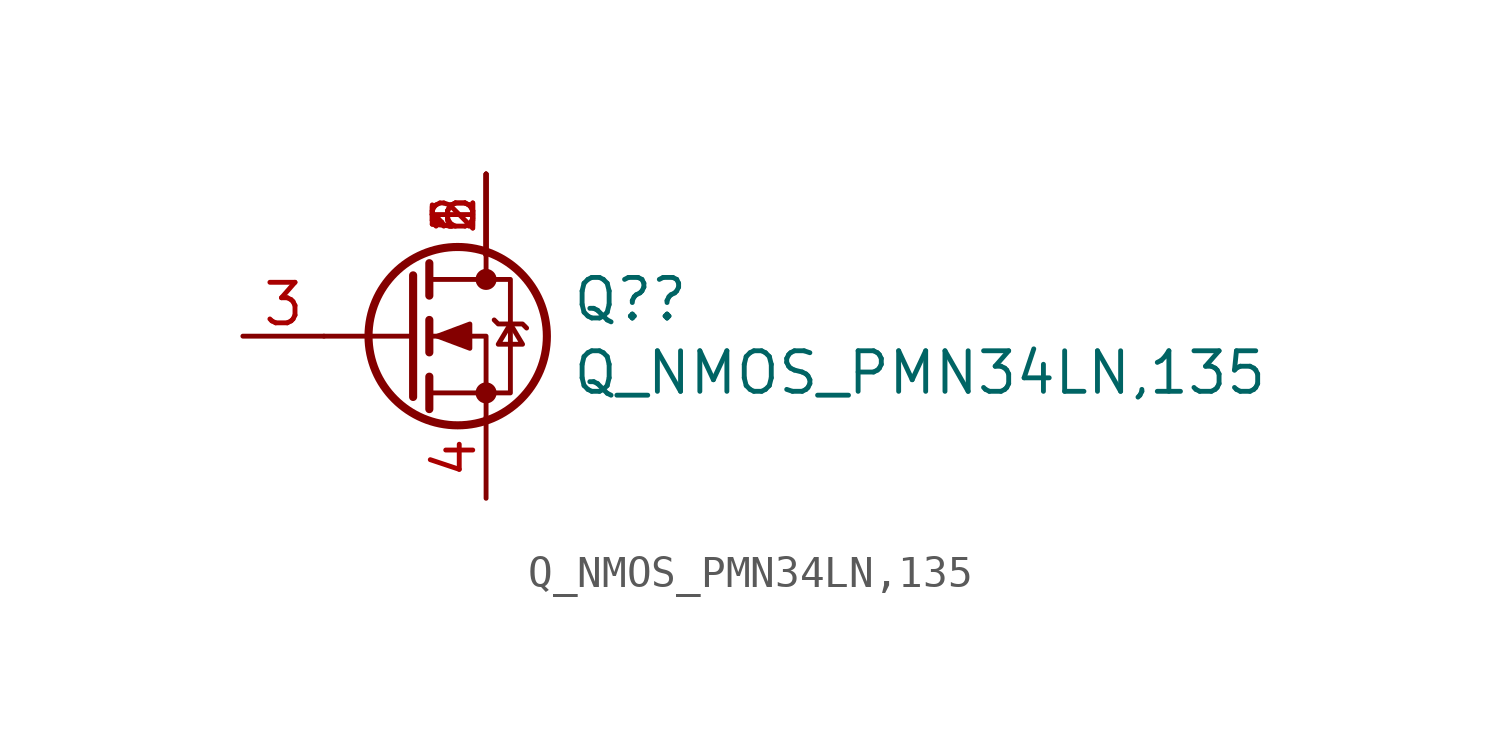
<source format=kicad_sym>
(kicad_symbol_lib
  (version 20201005)
  (generator kicad_symbol_editor)
  (symbol "LaserGuardLib:Q_NMOS_PMN34LN,135"
    (pin_names
      (offset 0) hide)
    (property "Reference" "Q?"
      (at 5.207 1.149 0)
      (effects (font (size 1.27 1.27)) (justify left)))
    (property "Value" "Q_NMOS_PMN34LN,135"
      (at 5.207 -1.149 0)
      (effects (font (size 1.27 1.27)) (justify left)))
    (symbol "Q_NMOS_PMN34LN,135_0_0"
      (pin passive line (at 2.54 5.08 270) (length 2.54) (name "D" (effects (font (size 1.27 1.27)))) (number "2" (effects (font (size 1.27 1.27)))))
      (pin passive line (at 2.54 5.08 270) (length 2.54) (name "D" (effects (font (size 1.27 1.27)))) (number "5" (effects (font (size 1.27 1.27)))))
      (pin passive line (at 2.54 5.08 270) (length 2.54) (name "D" (effects (font (size 1.27 1.27)))) (number "6" (effects (font (size 1.27 1.27))))))
    (symbol "Q_NMOS_PMN34LN,135_0_1"
      (circle (center 1.651 0) (radius 2.794) (stroke (width 0.254)) (fill (type none)))
      (circle (center 2.54 -1.778) (radius 0.254) (stroke (width 0)) (fill (type outline)))
      (circle (center 2.54 1.778) (radius 0.254) (stroke (width 0)) (fill (type outline)))
      (polyline (pts (xy 0.254 0) (xy -2.54 0)) (stroke (width 0)) (fill (type none)))
      (polyline (pts (xy 0.254 1.905) (xy 0.254 -1.905)) (stroke (width 0.254)) (fill (type none)))
      (polyline (pts (xy 0.762 -1.27) (xy 0.762 -2.286)) (stroke (width 0.254)) (fill (type none)))
      (polyline (pts (xy 0.762 0.508) (xy 0.762 -0.508)) (stroke (width 0.254)) (fill (type none)))
      (polyline (pts (xy 0.762 2.286) (xy 0.762 1.27)) (stroke (width 0.254)) (fill (type none)))
      (polyline (pts (xy 2.54 2.54) (xy 2.54 1.778)) (stroke (width 0)) (fill (type none)))
      (polyline (pts (xy 2.54 -2.54) (xy 2.54 0) (xy 0.762 0)) (stroke (width 0)) (fill (type none)))
      (polyline (pts (xy 0.762 -1.778) (xy 3.302 -1.778) (xy 3.302 1.778) (xy 0.762 1.778)) (stroke (width 0)) (fill (type none)))
      (polyline (pts (xy 1.016 0) (xy 2.032 0.381) (xy 2.032 -0.381) (xy 1.016 0)) (stroke (width 0)) (fill (type outline)))
      (polyline (pts (xy 2.794 0.508) (xy 2.921 0.381) (xy 3.683 0.381) (xy 3.81 0.254)) (stroke (width 0)) (fill (type none)))
      (polyline (pts (xy 3.302 0.381) (xy 2.921 -0.254) (xy 3.683 -0.254) (xy 3.302 0.381)) (stroke (width 0)) (fill (type none))))
    (symbol "Q_NMOS_PMN34LN,135_1_1"
      (pin input line (at -5.08 0 0) (length 2.54) (name "G" (effects (font (size 1.27 1.27)))) (number "3" (effects (font (size 1.27 1.27)))))
      (pin passive line (at 2.54 5.08 270) (length 2.54) (name "D" (effects (font (size 1.27 1.27)))) (number "1" (effects (font (size 1.27 1.27)))) (alternate "2" passive line) (alternate "5" passive line) (alternate "6" passive line))
      (pin passive line (at 2.54 -5.08 90) (length 2.54) (name "S" (effects (font (size 1.27 1.27)))) (number "4" (effects (font (size 1.27 1.27))))))))
</source>
